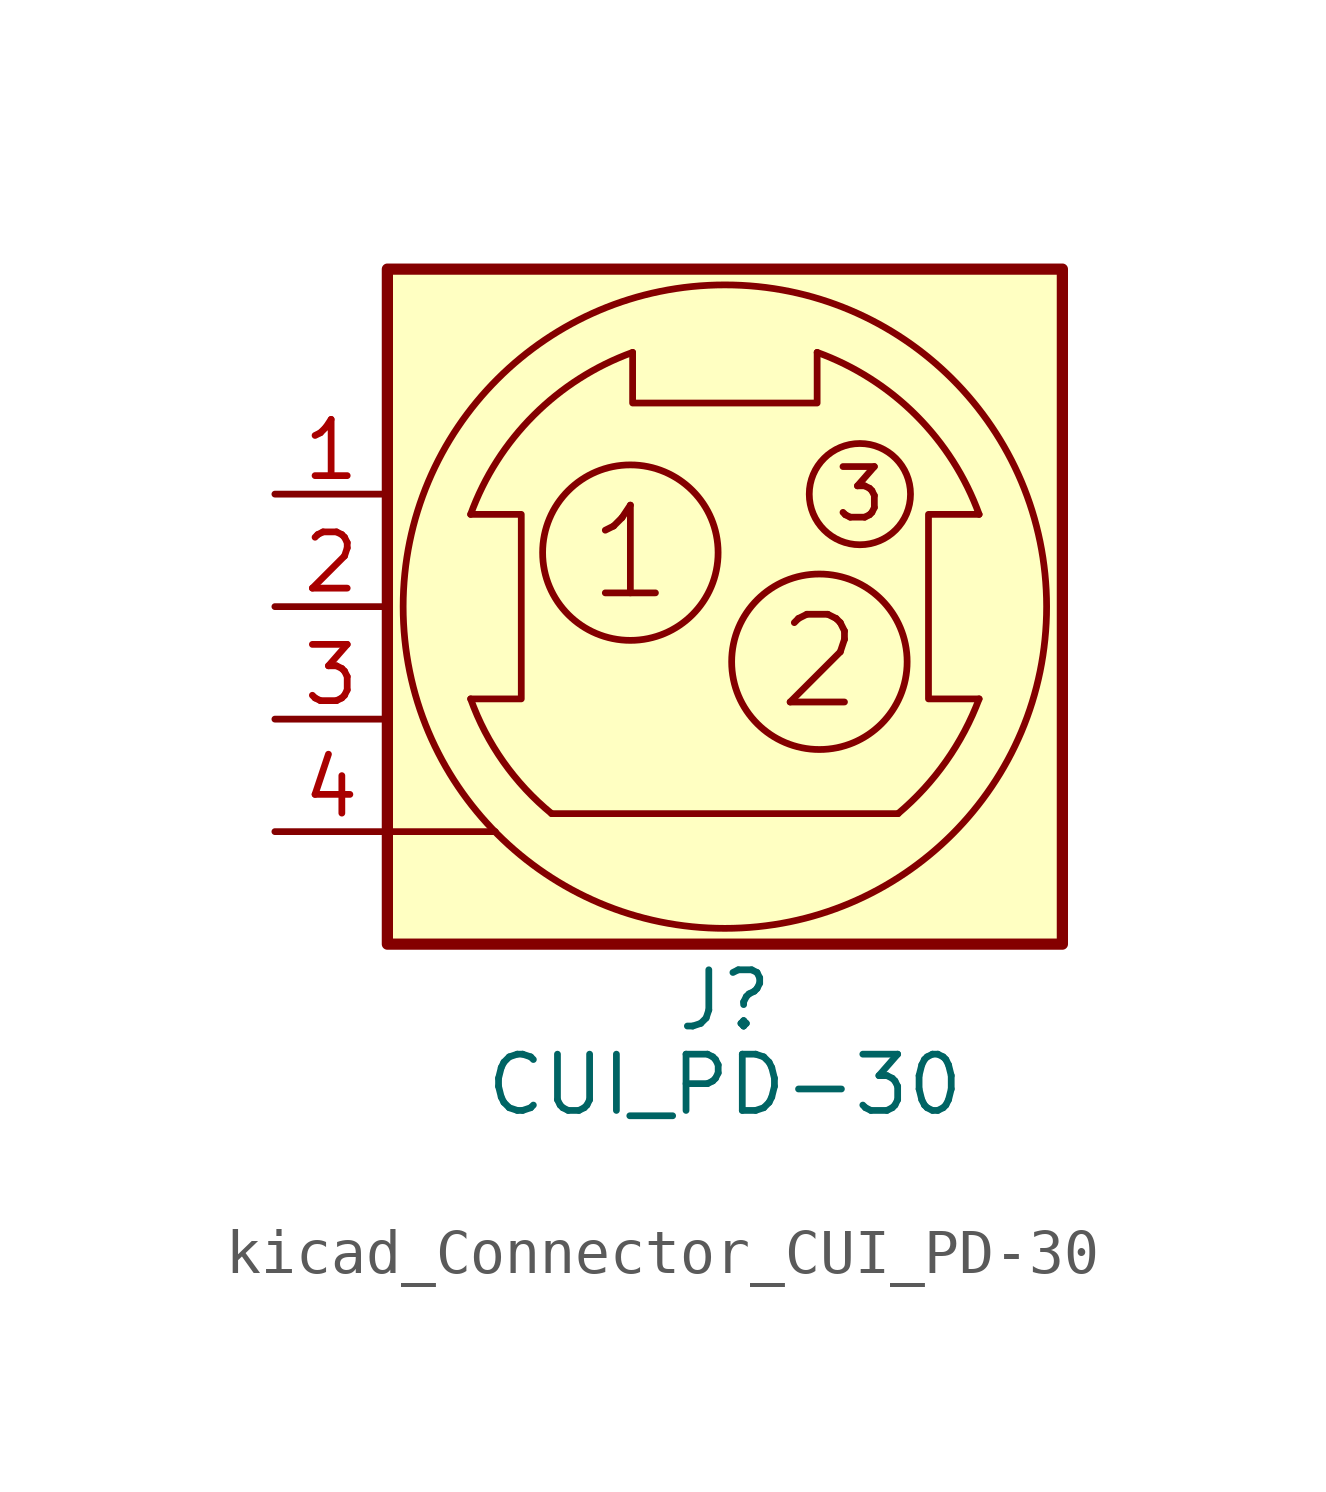
<source format=kicad_sym>
(kicad_symbol_lib
  (version 20220914)
  (generator kicad_symbol_editor)
  (symbol "kicad_Connector_CUI_PD-30"
    (pin_names
      (offset 1.016) hide)
    (property "Reference" "J"
      (at 0 -8.89 0)
      (effects (font (size 1.27 1.27))))
    (property "Value" "CUI_PD-30"
      (at 0 -10.795 0)
      (effects (font (size 1.27 1.27))))
    (symbol "kicad_Connector_CUI_PD-30_0_1"
      (rectangle (start -7.62 -7.62) (end 7.62 7.62) (stroke (width 0.254) (type default)) (fill (type background)))
      (arc (start -5.7404 -2.0828) (mid -5.0018 -3.5032) (end -3.9116 -4.6736) (stroke (width 0) (type default)) (fill (type none)))
      (circle (center -2.134 1.219) (radius 1.981) (stroke (width 0) (type default)) (fill (type none)))
      (arc (start -2.0828 5.7404) (mid -4.318 4.318) (end -5.7404 2.0828) (stroke (width 0) (type default)) (fill (type none)))
      (polyline (pts (xy -7.62 -5.08) (xy -5.182 -5.08)) (stroke (width 0) (type default)) (fill (type none)))
      (polyline (pts (xy -3.912 -4.674) (xy 3.912 -4.674)) (stroke (width 0) (type default)) (fill (type none)))
      (polyline (pts (xy -5.74 2.083) (xy -4.597 2.083) (xy -4.597 -2.083) (xy -5.74 -2.083)) (stroke (width 0) (type default)) (fill (type none)))
      (polyline (pts (xy 2.083 5.74) (xy 2.083 4.597) (xy -2.083 4.597) (xy -2.083 5.74)) (stroke (width 0) (type default)) (fill (type none)))
      (polyline (pts (xy 5.74 -2.083) (xy 4.597 -2.083) (xy 4.597 2.083) (xy 5.74 2.083)) (stroke (width 0) (type default)) (fill (type none)))
      (circle (center 0 0) (radius 7.264) (stroke (width 0) (type default)) (fill (type none)))
      (circle (center 2.134 -1.245) (radius 1.981) (stroke (width 0) (type default)) (fill (type none)))
      (circle (center 3.048 2.54) (radius 1.143) (stroke (width 0) (type default)) (fill (type none)))
      (arc (start 3.9116 -4.6736) (mid 4.9919 -3.4963) (end 5.7404 -2.0828) (stroke (width 0) (type default)) (fill (type none)))
      (arc (start 5.7404 2.0828) (mid 4.318 4.318) (end 2.0828 5.7404) (stroke (width 0) (type default)) (fill (type none)))
      (text "1" (at -2.134 1.219 0) (effects (font (size 1.981 1.981))))
      (text "2" (at 2.134 -1.245 0) (effects (font (size 1.981 1.981))))
      (text "3" (at 3.048 2.54 0) (effects (font (size 1.143 1.143)))))
    (symbol "kicad_Connector_CUI_PD-30_1_1"
      (pin passive line (at -10.16 2.54 0) (length 2.54) (name "1" (effects (font (size 1.27 1.27)))) (number "1" (effects (font (size 1.27 1.27)))))
      (pin passive line (at -10.16 0 0) (length 2.54) (name "2" (effects (font (size 1.27 1.27)))) (number "2" (effects (font (size 1.27 1.27)))))
      (pin passive line (at -10.16 -2.54 0) (length 2.54) (name "3" (effects (font (size 1.27 1.27)))) (number "3" (effects (font (size 1.27 1.27)))))
      (pin passive line (at -10.16 -5.08 0) (length 2.54) (name "Shield" (effects (font (size 1.27 1.27)))) (number "4" (effects (font (size 1.27 1.27))))))))
</source>
